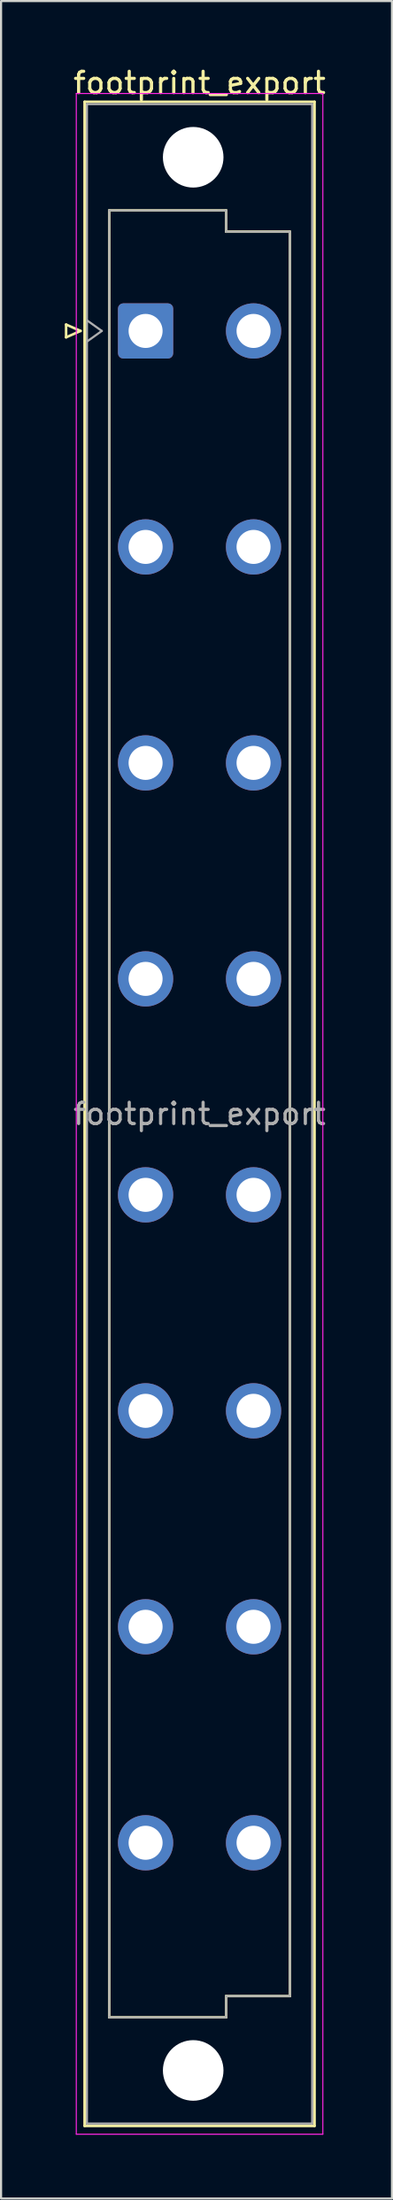
<source format=kicad_pcb>
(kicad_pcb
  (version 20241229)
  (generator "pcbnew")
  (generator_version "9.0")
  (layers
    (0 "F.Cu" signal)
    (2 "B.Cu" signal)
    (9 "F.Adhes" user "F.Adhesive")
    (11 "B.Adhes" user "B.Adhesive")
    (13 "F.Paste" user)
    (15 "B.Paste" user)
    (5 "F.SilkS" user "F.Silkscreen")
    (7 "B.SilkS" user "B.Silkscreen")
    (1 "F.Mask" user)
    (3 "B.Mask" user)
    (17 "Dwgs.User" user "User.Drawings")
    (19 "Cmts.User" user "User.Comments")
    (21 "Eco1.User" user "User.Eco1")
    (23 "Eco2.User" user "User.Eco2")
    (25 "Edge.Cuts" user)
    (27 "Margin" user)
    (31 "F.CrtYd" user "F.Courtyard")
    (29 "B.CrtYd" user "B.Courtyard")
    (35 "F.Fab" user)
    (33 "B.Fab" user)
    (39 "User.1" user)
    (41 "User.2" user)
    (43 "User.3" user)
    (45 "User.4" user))
  (footprint "footprint_export"
    (layer "F.Cu")
    (at 3.8 9.978)
    (property "Reference" "footprint_export" (at 2.54 -9.13 0) (layer "F.SilkS") (effects (font (size 1 1) (thickness 0.15))))
    (attr through_hole)
    (fp_line (start -3.74 2.24) (end -3.74 2.84) (stroke (width 0.12) (type solid)) (layer "F.SilkS"))
    (fp_line (start -3.74 2.84) (end -3.06 2.54) (stroke (width 0.12) (type solid)) (layer "F.SilkS"))
    (fp_line (start -3.06 2.54) (end -3.74 2.24) (stroke (width 0.12) (type solid)) (layer "F.SilkS"))
    (fp_line (start -2.87 -8.24) (end 7.95 -8.24) (stroke (width 0.12) (type solid)) (layer "F.SilkS"))
    (fp_line (start -2.87 86.98) (end -2.87 -8.24) (stroke (width 0.12) (type solid)) (layer "F.SilkS"))
    (fp_line (start -1.71 -3.131) (end 3.79 -3.131) (stroke (width 0.12) (type solid)) (layer "F.SilkS"))
    (fp_line (start -1.71 81.87) (end -1.71 -3.131) (stroke (width 0.12) (type solid)) (layer "F.SilkS"))
    (fp_line (start 3.79 -3.131) (end 3.79 -2.131) (stroke (width 0.12) (type solid)) (layer "F.SilkS"))
    (fp_line (start 3.79 -2.131) (end 6.79 -2.131) (stroke (width 0.12) (type solid)) (layer "F.SilkS"))
    (fp_line (start 3.79 80.87) (end 3.79 81.87) (stroke (width 0.12) (type solid)) (layer "F.SilkS"))
    (fp_line (start 3.79 81.87) (end -1.71 81.87) (stroke (width 0.12) (type solid)) (layer "F.SilkS"))
    (fp_line (start 6.79 -2.131) (end 6.79 80.87) (stroke (width 0.12) (type solid)) (layer "F.SilkS"))
    (fp_line (start 6.79 80.87) (end 3.79 80.87) (stroke (width 0.12) (type solid)) (layer "F.SilkS"))
    (fp_line (start 7.95 -8.24) (end 7.95 86.98) (stroke (width 0.12) (type solid)) (layer "F.SilkS"))
    (fp_line (start 7.95 86.98) (end -2.87 86.98) (stroke (width 0.12) (type solid)) (layer "F.SilkS"))
    (fp_line (start -3.26 -8.63) (end 8.34 -8.63) (stroke (width 0.05) (type solid)) (layer "F.CrtYd"))
    (fp_line (start -3.26 87.37) (end -3.26 -8.63) (stroke (width 0.05) (type solid)) (layer "F.CrtYd"))
    (fp_line (start 8.34 -8.63) (end 8.34 87.37) (stroke (width 0.05) (type solid)) (layer "F.CrtYd"))
    (fp_line (start 8.34 87.37) (end -3.26 87.37) (stroke (width 0.05) (type solid)) (layer "F.CrtYd"))
    (fp_line (start -2.76 -8.13) (end 7.84 -8.13) (stroke (width 0.1) (type solid)) (layer "F.Fab"))
    (fp_line (start -2.76 2.04) (end -2.06 2.54) (stroke (width 0.1) (type solid)) (layer "F.Fab"))
    (fp_line (start -2.76 86.87) (end -2.76 -8.13) (stroke (width 0.1) (type solid)) (layer "F.Fab"))
    (fp_line (start -2.06 2.54) (end -2.76 3.04) (stroke (width 0.1) (type solid)) (layer "F.Fab"))
    (fp_line (start -1.71 -3.13) (end 3.79 -3.13) (stroke (width 0.1) (type solid)) (layer "F.Fab"))
    (fp_line (start -1.71 81.87) (end -1.71 -3.13) (stroke (width 0.1) (type solid)) (layer "F.Fab"))
    (fp_line (start 3.79 -3.13) (end 3.79 -2.13) (stroke (width 0.1) (type solid)) (layer "F.Fab"))
    (fp_line (start 3.79 -2.13) (end 6.79 -2.13) (stroke (width 0.1) (type solid)) (layer "F.Fab"))
    (fp_line (start 3.79 80.87) (end 3.79 81.87) (stroke (width 0.1) (type solid)) (layer "F.Fab"))
    (fp_line (start 3.79 81.87) (end -1.71 81.87) (stroke (width 0.1) (type solid)) (layer "F.Fab"))
    (fp_line (start 6.79 -2.13) (end 6.79 80.87) (stroke (width 0.1) (type solid)) (layer "F.Fab"))
    (fp_line (start 6.79 80.87) (end 3.79 80.87) (stroke (width 0.1) (type solid)) (layer "F.Fab"))
    (fp_line (start 7.84 -8.13) (end 7.84 86.87) (stroke (width 0.1) (type solid)) (layer "F.Fab"))
    (fp_line (start 7.84 86.87) (end -2.76 86.87) (stroke (width 0.1) (type solid)) (layer "F.Fab"))
    (fp_text user "${REFERENCE}" (at 2.54 39.37 0) (layer "F.Fab") (effects (font (size 1 1) (thickness 0.15))))
    (pad "" np_thru_hole circle (at 2.24 -5.63) (size 2.85 2.85) (drill 2.85) (layers "*.Cu" "*.Mask"))
    (pad "" np_thru_hole circle (at 2.24 84.37) (size 2.85 2.85) (drill 2.85) (layers "*.Cu" "*.Mask"))
    (pad "a2" thru_hole roundrect (at 0 2.54) (size 2.6 2.6) (drill 1.6) (layers "*.Cu" "*.Mask") (roundrect_rratio 0.096))
    (pad "a6" thru_hole circle (at 0 12.7) (size 2.6 2.6) (drill 1.6) (layers "*.Cu" "*.Mask"))
    (pad "a10" thru_hole circle (at 0 22.86) (size 2.6 2.6) (drill 1.6) (layers "*.Cu" "*.Mask"))
    (pad "a14" thru_hole circle (at 0 33.02) (size 2.6 2.6) (drill 1.6) (layers "*.Cu" "*.Mask"))
    (pad "a18" thru_hole circle (at 0 43.18) (size 2.6 2.6) (drill 1.6) (layers "*.Cu" "*.Mask"))
    (pad "a22" thru_hole circle (at 0 53.34) (size 2.6 2.6) (drill 1.6) (layers "*.Cu" "*.Mask"))
    (pad "a26" thru_hole circle (at 0 63.5) (size 2.6 2.6) (drill 1.6) (layers "*.Cu" "*.Mask"))
    (pad "a30" thru_hole circle (at 0 73.66) (size 2.6 2.6) (drill 1.6) (layers "*.Cu" "*.Mask"))
    (pad "c2" thru_hole circle (at 5.08 2.54) (size 2.6 2.6) (drill 1.6) (layers "*.Cu" "*.Mask"))
    (pad "c6" thru_hole circle (at 5.08 12.7) (size 2.6 2.6) (drill 1.6) (layers "*.Cu" "*.Mask"))
    (pad "c10" thru_hole circle (at 5.08 22.86) (size 2.6 2.6) (drill 1.6) (layers "*.Cu" "*.Mask"))
    (pad "c14" thru_hole circle (at 5.08 33.02) (size 2.6 2.6) (drill 1.6) (layers "*.Cu" "*.Mask"))
    (pad "c18" thru_hole circle (at 5.08 43.18) (size 2.6 2.6) (drill 1.6) (layers "*.Cu" "*.Mask"))
    (pad "c22" thru_hole circle (at 5.08 53.34) (size 2.6 2.6) (drill 1.6) (layers "*.Cu" "*.Mask"))
    (pad "c26" thru_hole circle (at 5.08 63.5) (size 2.6 2.6) (drill 1.6) (layers "*.Cu" "*.Mask"))
    (pad "c30" thru_hole circle (at 5.08 73.66) (size 2.6 2.6) (drill 1.6) (layers "*.Cu" "*.Mask")))
  (gr_rect
    (start -3 -3)
    (end 15.394 100.373)
    (stroke (width 0.1) (type default))
    (fill no)
    (layer "Edge.Cuts")))
</source>
